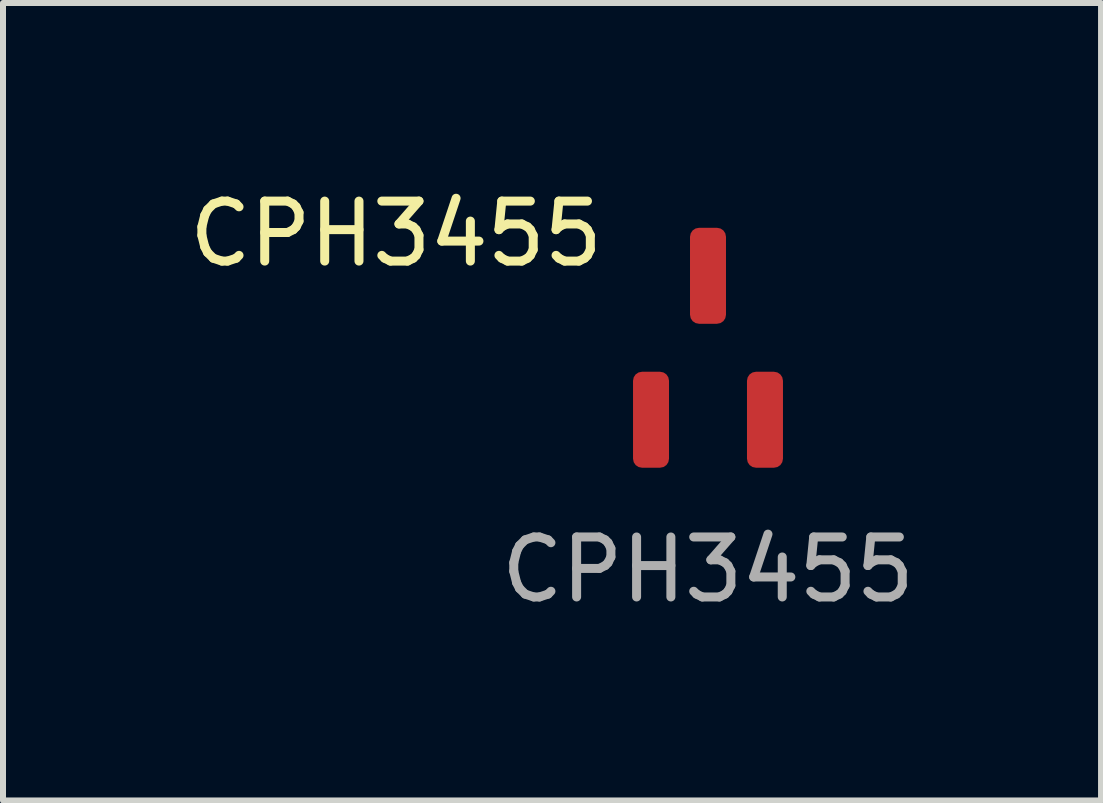
<source format=kicad_pcb>
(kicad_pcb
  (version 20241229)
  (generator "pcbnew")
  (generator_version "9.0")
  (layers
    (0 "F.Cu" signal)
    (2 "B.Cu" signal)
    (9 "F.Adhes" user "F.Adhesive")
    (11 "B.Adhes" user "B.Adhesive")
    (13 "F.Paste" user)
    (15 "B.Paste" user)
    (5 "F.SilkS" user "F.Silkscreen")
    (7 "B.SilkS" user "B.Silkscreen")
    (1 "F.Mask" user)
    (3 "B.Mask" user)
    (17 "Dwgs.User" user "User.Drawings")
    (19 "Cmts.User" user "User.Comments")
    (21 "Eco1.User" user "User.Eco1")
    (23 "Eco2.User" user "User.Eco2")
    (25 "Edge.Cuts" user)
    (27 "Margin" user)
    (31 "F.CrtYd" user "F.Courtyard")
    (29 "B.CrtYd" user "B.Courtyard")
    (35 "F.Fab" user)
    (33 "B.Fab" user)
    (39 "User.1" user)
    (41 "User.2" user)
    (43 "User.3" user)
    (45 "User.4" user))
  (footprint "CPH3455"
    (layer "F.Cu")
    (at 8.754 3.948)
    (property "Reference" "CPH3455" (at -5.2 -3.1 0) (unlocked yes) (layer "F.SilkS") (effects (font (size 1 1) (thickness 0.15))))
    (attr smd)
    (fp_text user "${REFERENCE}" (at 0 2.5 0) (unlocked yes) (layer "F.Fab") (effects (font (size 1 1) (thickness 0.15))))
    (pad "1" smd roundrect (at -0.95 0) (size 0.6 1.6) (layers "F.Cu" "F.Mask" "F.Paste") (roundrect_rratio 0.25))
    (pad "2" smd roundrect (at 0.95 0) (size 0.6 1.6) (layers "F.Cu" "F.Mask" "F.Paste") (roundrect_rratio 0.25))
    (pad "3" smd roundrect (at 0 -2.4) (size 0.6 1.6) (layers "F.Cu" "F.Mask" "F.Paste") (roundrect_rratio 0.25)))
  (gr_rect
    (start -3 -3)
    (end 15.307 10.296)
    (stroke (width 0.1) (type default))
    (fill no)
    (layer "Edge.Cuts")))
</source>
